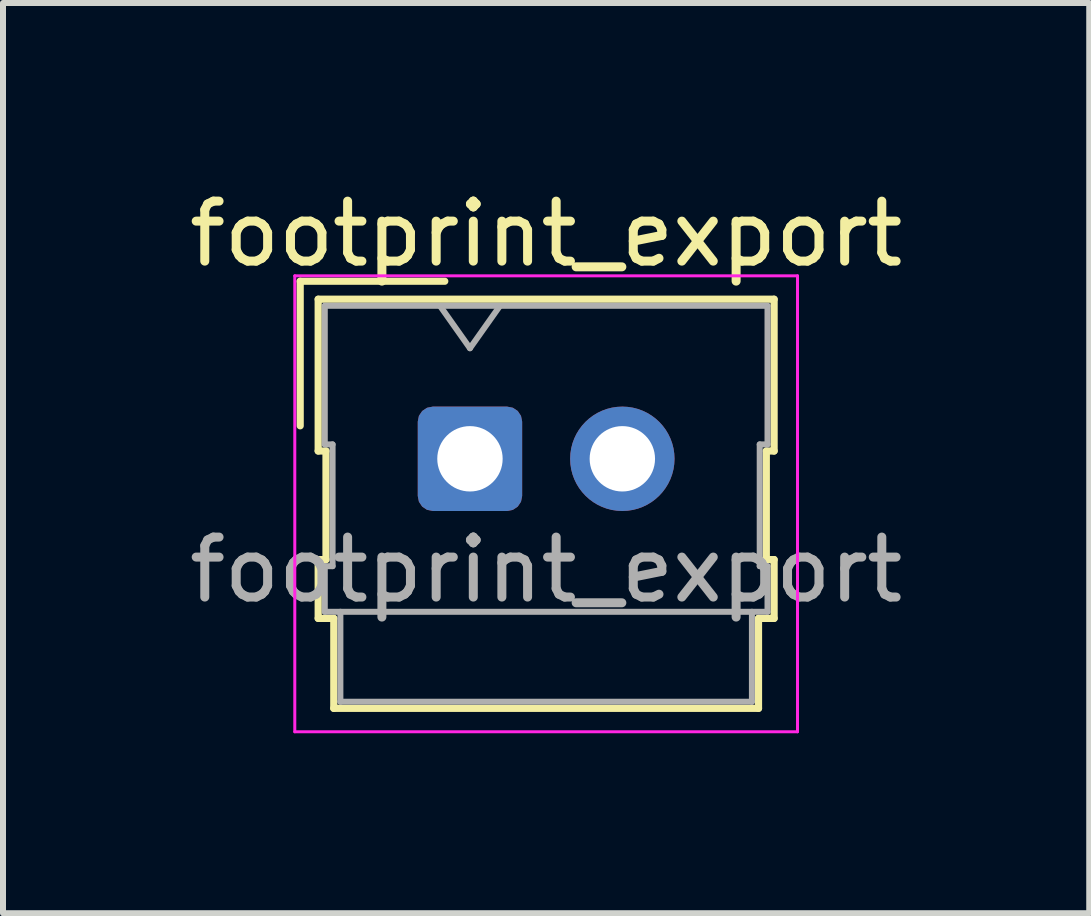
<source format=kicad_pcb>
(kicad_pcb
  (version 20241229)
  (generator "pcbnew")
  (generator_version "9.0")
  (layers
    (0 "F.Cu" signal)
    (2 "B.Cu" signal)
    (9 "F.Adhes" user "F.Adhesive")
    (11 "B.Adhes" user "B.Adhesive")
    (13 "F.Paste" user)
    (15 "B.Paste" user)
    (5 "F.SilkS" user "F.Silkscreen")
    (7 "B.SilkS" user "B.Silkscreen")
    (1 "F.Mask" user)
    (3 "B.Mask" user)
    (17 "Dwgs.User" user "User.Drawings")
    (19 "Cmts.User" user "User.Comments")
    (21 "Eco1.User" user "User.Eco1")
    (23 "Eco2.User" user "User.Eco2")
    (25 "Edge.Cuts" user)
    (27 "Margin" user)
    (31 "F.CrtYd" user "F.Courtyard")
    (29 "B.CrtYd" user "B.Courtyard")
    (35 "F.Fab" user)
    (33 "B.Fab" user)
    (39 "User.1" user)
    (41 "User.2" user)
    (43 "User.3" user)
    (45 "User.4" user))
  (footprint "footprint_export"
    (layer "F.Cu")
    (at 4.784 4.598)
    (property "Reference" "footprint_export" (at 1.27 -3.75 0) (layer "F.SilkS") (effects (font (size 1 1) (thickness 0.15))))
    (attr through_hole)
    (fp_line (start -2.83 -2.96) (end -0.42 -2.96) (stroke (width 0.12) (type solid)) (layer "F.SilkS"))
    (fp_line (start -2.83 -0.55) (end -2.83 -2.96) (stroke (width 0.12) (type solid)) (layer "F.SilkS"))
    (fp_line (start -2.53 -2.66) (end -2.53 -0.13) (stroke (width 0.12) (type solid)) (layer "F.SilkS"))
    (fp_line (start -2.53 -0.13) (end -2.4 -0.13) (stroke (width 0.12) (type solid)) (layer "F.SilkS"))
    (fp_line (start -2.53 1.68) (end -2.53 2.66) (stroke (width 0.12) (type solid)) (layer "F.SilkS"))
    (fp_line (start -2.53 2.66) (end -2.27 2.66) (stroke (width 0.12) (type solid)) (layer "F.SilkS"))
    (fp_line (start -2.4 -0.13) (end -2.4 1.68) (stroke (width 0.12) (type solid)) (layer "F.SilkS"))
    (fp_line (start -2.4 1.68) (end -2.53 1.68) (stroke (width 0.12) (type solid)) (layer "F.SilkS"))
    (fp_line (start -2.27 2.66) (end -2.27 4.16) (stroke (width 0.12) (type solid)) (layer "F.SilkS"))
    (fp_line (start -2.27 4.16) (end 4.81 4.16) (stroke (width 0.12) (type solid)) (layer "F.SilkS"))
    (fp_line (start 4.81 2.66) (end 5.07 2.66) (stroke (width 0.12) (type solid)) (layer "F.SilkS"))
    (fp_line (start 4.81 4.16) (end 4.81 2.66) (stroke (width 0.12) (type solid)) (layer "F.SilkS"))
    (fp_line (start 4.94 -0.13) (end 5.07 -0.13) (stroke (width 0.12) (type solid)) (layer "F.SilkS"))
    (fp_line (start 4.94 1.68) (end 4.94 -0.13) (stroke (width 0.12) (type solid)) (layer "F.SilkS"))
    (fp_line (start 5.07 -2.66) (end -2.53 -2.66) (stroke (width 0.12) (type solid)) (layer "F.SilkS"))
    (fp_line (start 5.07 -0.13) (end 5.07 -2.66) (stroke (width 0.12) (type solid)) (layer "F.SilkS"))
    (fp_line (start 5.07 1.68) (end 4.94 1.68) (stroke (width 0.12) (type solid)) (layer "F.SilkS"))
    (fp_line (start 5.07 2.66) (end 5.07 1.68) (stroke (width 0.12) (type solid)) (layer "F.SilkS"))
    (fp_line (start -2.92 -3.05) (end -2.92 4.55) (stroke (width 0.05) (type solid)) (layer "F.CrtYd"))
    (fp_line (start -2.92 4.55) (end 5.46 4.55) (stroke (width 0.05) (type solid)) (layer "F.CrtYd"))
    (fp_line (start 5.46 -3.05) (end -2.92 -3.05) (stroke (width 0.05) (type solid)) (layer "F.CrtYd"))
    (fp_line (start 5.46 4.55) (end 5.46 -3.05) (stroke (width 0.05) (type solid)) (layer "F.CrtYd"))
    (fp_line (start -2.42 -2.55) (end -2.42 -0.24) (stroke (width 0.1) (type solid)) (layer "F.Fab"))
    (fp_line (start -2.42 -0.24) (end -2.29 -0.24) (stroke (width 0.1) (type solid)) (layer "F.Fab"))
    (fp_line (start -2.42 1.79) (end -2.42 2.55) (stroke (width 0.1) (type solid)) (layer "F.Fab"))
    (fp_line (start -2.42 2.55) (end 4.96 2.55) (stroke (width 0.1) (type solid)) (layer "F.Fab"))
    (fp_line (start -2.29 -0.24) (end -2.29 1.79) (stroke (width 0.1) (type solid)) (layer "F.Fab"))
    (fp_line (start -2.29 1.79) (end -2.42 1.79) (stroke (width 0.1) (type solid)) (layer "F.Fab"))
    (fp_line (start -2.16 2.55) (end -2.16 4.05) (stroke (width 0.1) (type solid)) (layer "F.Fab"))
    (fp_line (start -2.16 4.05) (end 4.7 4.05) (stroke (width 0.1) (type solid)) (layer "F.Fab"))
    (fp_line (start 0 -1.843) (end -0.5 -2.55) (stroke (width 0.1) (type solid)) (layer "F.Fab"))
    (fp_line (start 0.5 -2.55) (end 0 -1.843) (stroke (width 0.1) (type solid)) (layer "F.Fab"))
    (fp_line (start 4.7 4.05) (end 4.7 2.55) (stroke (width 0.1) (type solid)) (layer "F.Fab"))
    (fp_line (start 4.83 -0.24) (end 4.96 -0.24) (stroke (width 0.1) (type solid)) (layer "F.Fab"))
    (fp_line (start 4.83 1.79) (end 4.83 -0.24) (stroke (width 0.1) (type solid)) (layer "F.Fab"))
    (fp_line (start 4.96 -2.55) (end -2.42 -2.55) (stroke (width 0.1) (type solid)) (layer "F.Fab"))
    (fp_line (start 4.96 -0.24) (end 4.96 -2.55) (stroke (width 0.1) (type solid)) (layer "F.Fab"))
    (fp_line (start 4.96 1.79) (end 4.83 1.79) (stroke (width 0.1) (type solid)) (layer "F.Fab"))
    (fp_line (start 4.96 2.55) (end 4.96 1.79) (stroke (width 0.1) (type solid)) (layer "F.Fab"))
    (fp_text user "${REFERENCE}" (at 1.27 1.85 0) (layer "F.Fab") (effects (font (size 1 1) (thickness 0.15))))
    (pad "1" thru_hole roundrect (at 0 0) (size 1.74 1.74) (drill 1.09) (layers "*.Cu" "*.Mask") (roundrect_rratio 0.144))
    (pad "2" thru_hole circle (at 2.54 0) (size 1.74 1.74) (drill 1.09) (layers "*.Cu" "*.Mask")))
  (gr_rect
    (start -3 -3)
    (end 15.107 12.173)
    (stroke (width 0.1) (type default))
    (fill no)
    (layer "Edge.Cuts")))
</source>
